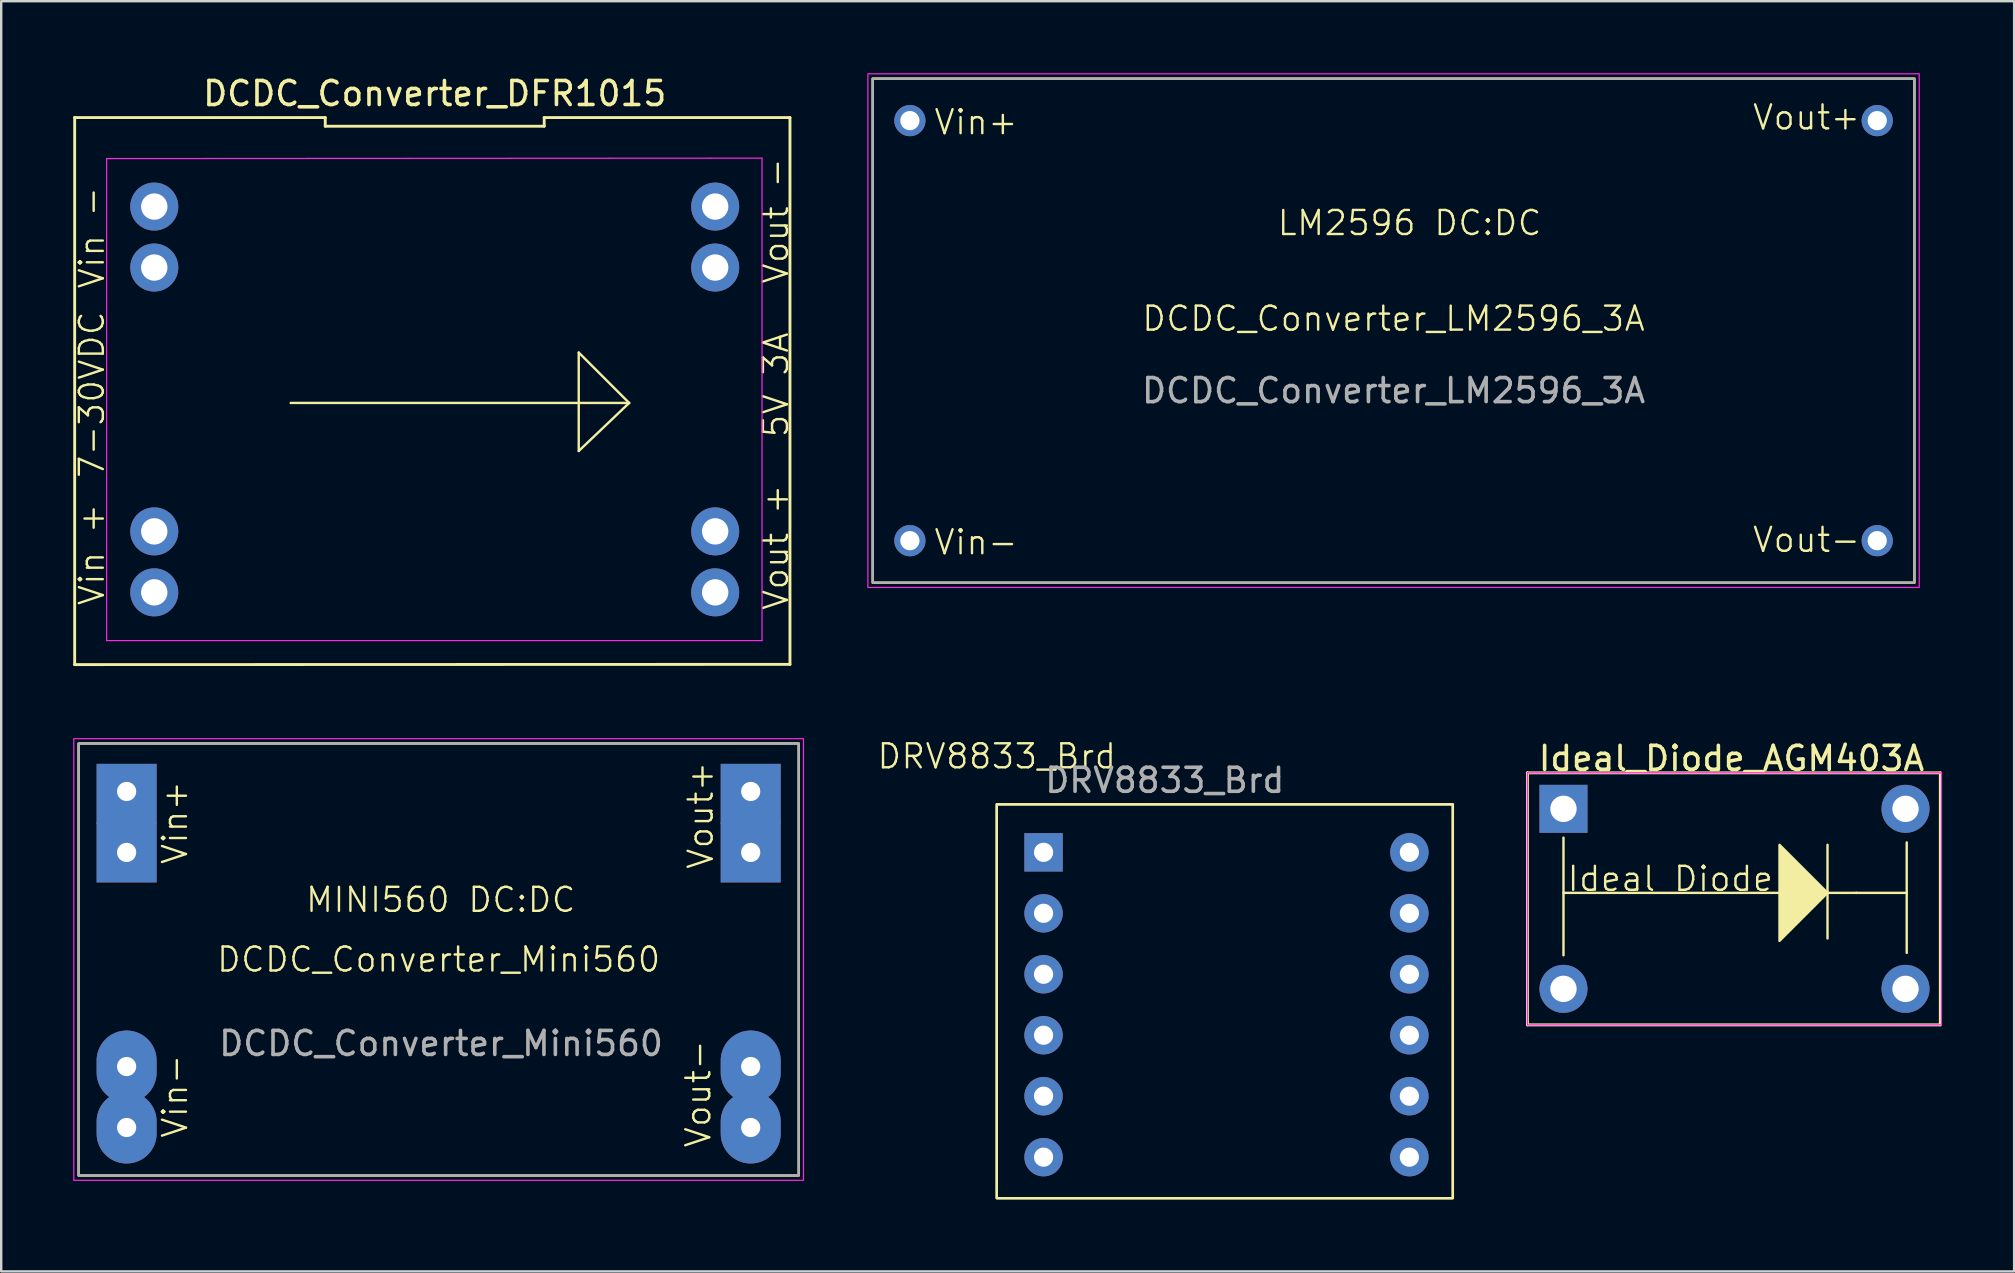
<source format=kicad_pcb>
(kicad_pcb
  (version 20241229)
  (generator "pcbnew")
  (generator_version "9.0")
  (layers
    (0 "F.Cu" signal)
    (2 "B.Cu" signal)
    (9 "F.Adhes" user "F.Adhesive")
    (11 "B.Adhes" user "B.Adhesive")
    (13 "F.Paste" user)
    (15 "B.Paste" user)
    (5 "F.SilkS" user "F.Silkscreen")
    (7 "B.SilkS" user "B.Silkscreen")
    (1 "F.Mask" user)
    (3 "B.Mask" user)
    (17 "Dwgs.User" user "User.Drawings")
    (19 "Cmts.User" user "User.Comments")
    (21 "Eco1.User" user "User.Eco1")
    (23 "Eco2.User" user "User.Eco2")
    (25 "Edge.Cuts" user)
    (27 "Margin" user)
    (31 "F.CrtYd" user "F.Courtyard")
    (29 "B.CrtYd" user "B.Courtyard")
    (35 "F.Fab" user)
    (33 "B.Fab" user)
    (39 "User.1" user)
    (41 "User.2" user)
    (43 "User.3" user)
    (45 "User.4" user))
  (footprint "DRV8833_Brd"
    (layer "F.Cu")
    (at 38.476 30.459)
    (property "Reference" "DRV8833_Brd" (at 0 -2 0) (unlocked yes) (layer "F.SilkS") (effects (font (size 1 1) (thickness 0.1))))
    (attr smd)
    (fp_rect (start 0 0) (end 19 16.408) (stroke (width 0.1) (type solid)) (fill no) (layer "F.SilkS"))
    (fp_rect (start 0 0) (end 19 16.408) (stroke (width 0.1) (type solid)) (fill no) (layer "F.SilkS"))
    (fp_text user "${REFERENCE}" (at 7 -1 0) (unlocked yes) (layer "F.Fab") (effects (font (size 1 1) (thickness 0.15))))
    (pad "1" thru_hole rect (at 1.95 2) (size 1.6 1.6) (drill 0.8) (layers "*.Cu" "*.Mask"))
    (pad "2" thru_hole oval (at 1.95 4.54) (size 1.6 1.6) (drill 0.8) (layers "*.Cu" "*.Mask"))
    (pad "3" thru_hole oval (at 1.95 7.08) (size 1.6 1.6) (drill 0.8) (layers "*.Cu" "*.Mask"))
    (pad "4" thru_hole oval (at 1.95 9.62) (size 1.6 1.6) (drill 0.8) (layers "*.Cu" "*.Mask"))
    (pad "5" thru_hole oval (at 1.95 12.16) (size 1.6 1.6) (drill 0.8) (layers "*.Cu" "*.Mask"))
    (pad "6" thru_hole oval (at 1.95 14.7) (size 1.6 1.6) (drill 0.8) (layers "*.Cu" "*.Mask"))
    (pad "7" thru_hole oval (at 17.19 14.7) (size 1.6 1.6) (drill 0.8) (layers "*.Cu" "*.Mask"))
    (pad "8" thru_hole oval (at 17.19 12.16) (size 1.6 1.6) (drill 0.8) (layers "*.Cu" "*.Mask"))
    (pad "9" thru_hole oval (at 17.19 9.62) (size 1.6 1.6) (drill 0.8) (layers "*.Cu" "*.Mask"))
    (pad "10" thru_hole oval (at 17.19 7.08) (size 1.6 1.6) (drill 0.8) (layers "*.Cu" "*.Mask"))
    (pad "11" thru_hole oval (at 17.19 4.54) (size 1.6 1.6) (drill 0.8) (layers "*.Cu" "*.Mask"))
    (pad "12" thru_hole oval (at 17.19 2) (size 1.6 1.6) (drill 0.8) (layers "*.Cu" "*.Mask")))
  (footprint "DCDC_Converter_Mini560"
    (layer "F.Cu")
    (at 18.525 37.923)
    (property "Reference" "DCDC_Converter_Mini560" (at -3.3 -1 0) (unlocked yes) (layer "F.SilkS") (effects (font (size 1 1) (thickness 0.1))))
    (attr through_hole)
    (fp_rect (start -18.3 -10) (end 11.7 8) (stroke (width 0.1) (type default)) (fill no) (layer "F.SilkS"))
    (fp_rect (start -18.5 -10.2) (end 11.9 8.2) (stroke (width 0.05) (type default)) (fill no) (layer "F.CrtYd"))
    (fp_rect (start -18.3 -10) (end 11.7 8) (stroke (width 0.1) (type solid)) (fill no) (layer "F.Fab"))
    (fp_text user "Vout+" (at 8.2 -4.7 90) (unlocked yes) (layer "F.SilkS") (effects (font (size 1 1) (thickness 0.1)) (justify left bottom)))
    (fp_text user "Vin+" (at -13.7 -4.9 90) (unlocked yes) (layer "F.SilkS") (effects (font (size 1 1) (thickness 0.1)) (justify left bottom)))
    (fp_text user "Vout-" (at 8.1 6.9 90) (unlocked yes) (layer "F.SilkS") (effects (font (size 1 1) (thickness 0.1)) (justify left bottom)))
    (fp_text user "Vin-" (at -13.7 6.5 90) (unlocked yes) (layer "F.SilkS") (effects (font (size 1 1) (thickness 0.1)) (justify left bottom)))
    (fp_text user "MINI560 DC:DC" (at -8.9 -2.9 0) (unlocked yes) (layer "F.SilkS") (effects (font (size 1 1) (thickness 0.1)) (justify left bottom)))
    (fp_text user "${REFERENCE}" (at -3.2 2.5 0) (unlocked yes) (layer "F.Fab") (effects (font (size 1 1) (thickness 0.15))))
    (pad "1" thru_hole oval (at -16.3 3.46) (size 2.5 3) (drill 0.8) (layers "*.Cu" "*.Mask"))
    (pad "1" thru_hole oval (at -16.3 6) (size 2.5 3) (drill 0.8) (layers "*.Cu" "*.Mask"))
    (pad "2" thru_hole rect (at -16.3 -8) (size 2.5 2.5) (drill 0.8 (offset 0 0.1)) (layers "*.Cu" "*.Mask"))
    (pad "2" thru_hole rect (at -16.3 -5.46) (size 2.5 2.5) (drill 0.8) (layers "*.Cu" "*.Mask"))
    (pad "3" thru_hole oval (at 9.7 3.46) (size 2.5 3) (drill 0.8) (layers "*.Cu" "*.Mask"))
    (pad "3" thru_hole oval (at 9.7 6) (size 2.5 3) (drill 0.8) (layers "*.Cu" "*.Mask"))
    (pad "4" thru_hole rect (at 9.7 -8) (size 2.5 2.5) (drill 0.8 (offset 0 0.1)) (layers "*.Cu" "*.Mask"))
    (pad "4" thru_hole rect (at 9.7 -5.46) (size 2.5 2.5) (drill 0.8) (layers "*.Cu" "*.Mask")))
  (footprint "Ideal_Diode_AGM403A"
    (layer "F.Cu")
    (at 69.086 34.147)
    (property "Reference" "Ideal_Diode_AGM403A" (at 0 -5.6 0) (layer "F.SilkS") (effects (font (size 1 1) (thickness 0.15))))
    (attr through_hole)
    (fp_line (start -8.5 -5) (end -8.5 5.5) (stroke (width 0.12) (type default)) (layer "F.SilkS"))
    (fp_line (start -8.5 5.5) (end 8.7 5.5) (stroke (width 0.12) (type default)) (layer "F.SilkS"))
    (fp_line (start -7 -2.3) (end -7 2.6) (stroke (width 0.1) (type default)) (layer "F.SilkS"))
    (fp_line (start -5.2 0) (end -7 0) (stroke (width 0.1) (type default)) (layer "F.SilkS"))
    (fp_line (start -5.2 0) (end 5.2 0) (stroke (width 0.1) (type default)) (layer "F.SilkS"))
    (fp_line (start 4 -2) (end 4 1.9) (stroke (width 0.1) (type default)) (layer "F.SilkS"))
    (fp_line (start 5.2 0) (end 7.3 0) (stroke (width 0.1) (type default)) (layer "F.SilkS"))
    (fp_line (start 7.3 -2.1) (end 7.3 2.5) (stroke (width 0.1) (type default)) (layer "F.SilkS"))
    (fp_line (start 8.7 -5) (end -8.5 -5) (stroke (width 0.12) (type default)) (layer "F.SilkS"))
    (fp_line (start 8.7 5.5) (end 8.7 -5) (stroke (width 0.12) (type default)) (layer "F.SilkS"))
    (fp_poly (pts (xy 2 -2) (xy 2 2) (xy 4 0)) (stroke (width 0.1) (type solid)) (fill yes) (layer "F.SilkS"))
    (fp_line (start -8.5 -5) (end 8.75 -5) (stroke (width 0.05) (type default)) (layer "F.CrtYd"))
    (fp_line (start -8.5 5.5) (end -8.5 -5) (stroke (width 0.05) (type solid)) (layer "F.CrtYd"))
    (fp_line (start 8.75 -5) (end 8.75 5.5) (stroke (width 0.05) (type solid)) (layer "F.CrtYd"))
    (fp_line (start 8.75 5.5) (end -8.5 5.5) (stroke (width 0.05) (type solid)) (layer "F.CrtYd"))
    (fp_text user "Ideal Diode" (at -6.9 -0.000001 0) (unlocked yes) (layer "F.SilkS") (effects (font (size 1 1) (thickness 0.1)) (justify left bottom)))
    (pad "1" thru_hole rect (at -7 -3.5 270) (size 2 2) (drill 1.1) (layers "*.Cu" "*.Mask"))
    (pad "2" thru_hole circle (at -7 4 270) (size 2 2) (drill 1.1) (layers "*.Cu" "*.Mask"))
    (pad "3" thru_hole circle (at 7.25 4 270) (size 2 2) (drill 1.1) (layers "*.Cu" "*.Mask"))
    (pad "4" thru_hole circle (at 7.25 -3.5 270) (size 2 2) (drill 1.1) (layers "*.Cu" "*.Mask")))
  (footprint "DCDC_Converter_LM2596_3A"
    (layer "F.Cu")
    (at 55.007 10.725)
    (property "Reference" "DCDC_Converter_LM2596_3A" (at 0 -0.5 0) (unlocked yes) (layer "F.SilkS") (effects (font (size 1 1) (thickness 0.1))))
    (attr through_hole)
    (fp_rect (start -21.7 -10.5) (end 21.7 10.5) (stroke (width 0.1) (type default)) (fill no) (layer "F.SilkS"))
    (fp_rect (start -21.9 -10.7) (end 21.9 10.7) (stroke (width 0.05) (type default)) (fill no) (layer "F.CrtYd"))
    (fp_rect (start -21.7 -10.5) (end 21.7 10.5) (stroke (width 0.1) (type solid)) (fill no) (layer "F.Fab"))
    (fp_text user "Vout+" (at 14.9 -8.3 0) (unlocked yes) (layer "F.SilkS") (effects (font (size 1 1) (thickness 0.1)) (justify left bottom)))
    (fp_text user "Vout-" (at 14.9 9.3 0) (unlocked yes) (layer "F.SilkS") (effects (font (size 1 1) (thickness 0.1)) (justify left bottom)))
    (fp_text user "Vin-" (at -19.2 9.4 0) (unlocked yes) (layer "F.SilkS") (effects (font (size 1 1) (thickness 0.1)) (justify left bottom)))
    (fp_text user "LM2596 DC:DC" (at -4.9 -3.9 0) (unlocked yes) (layer "F.SilkS") (effects (font (size 1 1) (thickness 0.1)) (justify left bottom)))
    (fp_text user "Vin+" (at -19.2 -8.1 0) (unlocked yes) (layer "F.SilkS") (effects (font (size 1 1) (thickness 0.1)) (justify left bottom)))
    (fp_text user "${REFERENCE}" (at 0 2.5 0) (unlocked yes) (layer "F.Fab") (effects (font (size 1 1) (thickness 0.15))))
    (pad "1" thru_hole circle (at -20.15 8.75) (size 1.3 1.3) (drill 0.8) (layers "*.Cu" "*.Mask"))
    (pad "2" thru_hole circle (at -20.15 -8.75) (size 1.3 1.3) (drill 0.8) (layers "*.Cu" "*.Mask"))
    (pad "3" thru_hole circle (at 20.15 8.75) (size 1.3 1.3) (drill 0.8) (layers "*.Cu" "*.Mask"))
    (pad "4" thru_hole circle (at 20.15 -8.75) (size 1.3 1.3) (drill 0.8) (layers "*.Cu" "*.Mask")))
  (footprint "DCDC_Converter_DFR1015"
    (layer "F.Cu")
    (at 15.061 12.738)
    (property "Reference" "DCDC_Converter_DFR1015" (at 0 -11.89 0) (layer "F.SilkS") (effects (font (size 1 1) (thickness 0.15))))
    (attr through_hole)
    (fp_line (start -15.001 11.9) (end 14.8 11.89) (stroke (width 0.12) (type default)) (layer "F.SilkS"))
    (fp_line (start -15 -10.9) (end -15 11.9) (stroke (width 0.12) (type default)) (layer "F.SilkS"))
    (fp_line (start -6 1) (end 8.1 1) (stroke (width 0.1) (type default)) (layer "F.SilkS"))
    (fp_line (start -4.561 -10.89) (end -15 -10.89) (stroke (width 0.12) (type default)) (layer "F.SilkS"))
    (fp_line (start -4.561 -10.53) (end -4.561 -10.89) (stroke (width 0.12) (type default)) (layer "F.SilkS"))
    (fp_line (start 4.561 -10.89) (end 4.561 -10.53) (stroke (width 0.12) (type default)) (layer "F.SilkS"))
    (fp_line (start 4.561 -10.53) (end -4.561 -10.53) (stroke (width 0.12) (type default)) (layer "F.SilkS"))
    (fp_line (start 6 -1.1) (end 6 3) (stroke (width 0.1) (type default)) (layer "F.SilkS"))
    (fp_line (start 6 3) (end 8.1 1) (stroke (width 0.1) (type default)) (layer "F.SilkS"))
    (fp_line (start 8.1 1) (end 6 -1.1) (stroke (width 0.1) (type default)) (layer "F.SilkS"))
    (fp_line (start 14.8 -10.89) (end 4.561 -10.89) (stroke (width 0.12) (type default)) (layer "F.SilkS"))
    (fp_line (start 14.8 11.89) (end 14.8 -10.89) (stroke (width 0.12) (type default)) (layer "F.SilkS"))
    (fp_line (start -13.668 -9.182) (end -13.668 10.9) (stroke (width 0.05) (type default)) (layer "F.CrtYd"))
    (fp_line (start -13.668 -9.182) (end 13.636 -9.2) (stroke (width 0.05) (type default)) (layer "F.CrtYd"))
    (fp_line (start 13.636 -9.2) (end 13.636 10.9) (stroke (width 0.05) (type default)) (layer "F.CrtYd"))
    (fp_line (start 13.636 10.9) (end -13.668 10.9) (stroke (width 0.05) (type default)) (layer "F.CrtYd"))
    (fp_text user "5V 3A" (at 14.8 2.5 90) (unlocked yes) (layer "F.SilkS") (effects (font (size 1 1) (thickness 0.1)) (justify left bottom)))
    (fp_text user "7-30VDC" (at -13.7 4.2 90) (unlocked yes) (layer "F.SilkS") (effects (font (size 1 1) (thickness 0.1)) (justify left bottom)))
    (fp_text user "Vin +" (at -13.7 9.5 90) (unlocked yes) (layer "F.SilkS") (effects (font (size 1 1) (thickness 0.1)) (justify left bottom)))
    (fp_text user "Vout +" (at 14.8 9.7 90) (unlocked yes) (layer "F.SilkS") (effects (font (size 1 1) (thickness 0.1)) (justify left bottom)))
    (fp_text user "Vin -" (at -13.7 -3.7 90) (unlocked yes) (layer "F.SilkS") (effects (font (size 1 1) (thickness 0.1)) (justify left bottom)))
    (fp_text user "Vout -" (at 14.8 -3.9 90) (unlocked yes) (layer "F.SilkS") (effects (font (size 1 1) (thickness 0.1)) (justify left bottom)))
    (pad "1" thru_hole circle (at -11.684 -7.182 270) (size 2 2) (drill 1.1) (layers "*.Cu" "*.Mask"))
    (pad "2" thru_hole circle (at -11.684 -4.642 270) (size 2 2) (drill 1.1) (layers "*.Cu" "*.Mask"))
    (pad "3" thru_hole circle (at -11.684 6.35 270) (size 2 2) (drill 1.1) (layers "*.Cu" "*.Mask"))
    (pad "4" thru_hole circle (at -11.684 8.89 270) (size 2 2) (drill 1.1) (layers "*.Cu" "*.Mask"))
    (pad "5" thru_hole circle (at 11.684 8.89 270) (size 2 2) (drill 1.1) (layers "*.Cu" "*.Mask"))
    (pad "6" thru_hole circle (at 11.684 6.35 270) (size 2 2) (drill 1.1) (layers "*.Cu" "*.Mask"))
    (pad "7" thru_hole circle (at 11.684 -4.642 270) (size 2 2) (drill 1.1) (layers "*.Cu" "*.Mask"))
    (pad "8" thru_hole circle (at 11.684 -7.182 270) (size 2 2) (drill 1.1) (layers "*.Cu" "*.Mask")))
  (gr_rect
    (start -3 -3)
    (end 80.861 49.917)
    (stroke (width 0.1) (type default))
    (fill no)
    (layer "Edge.Cuts")))
</source>
